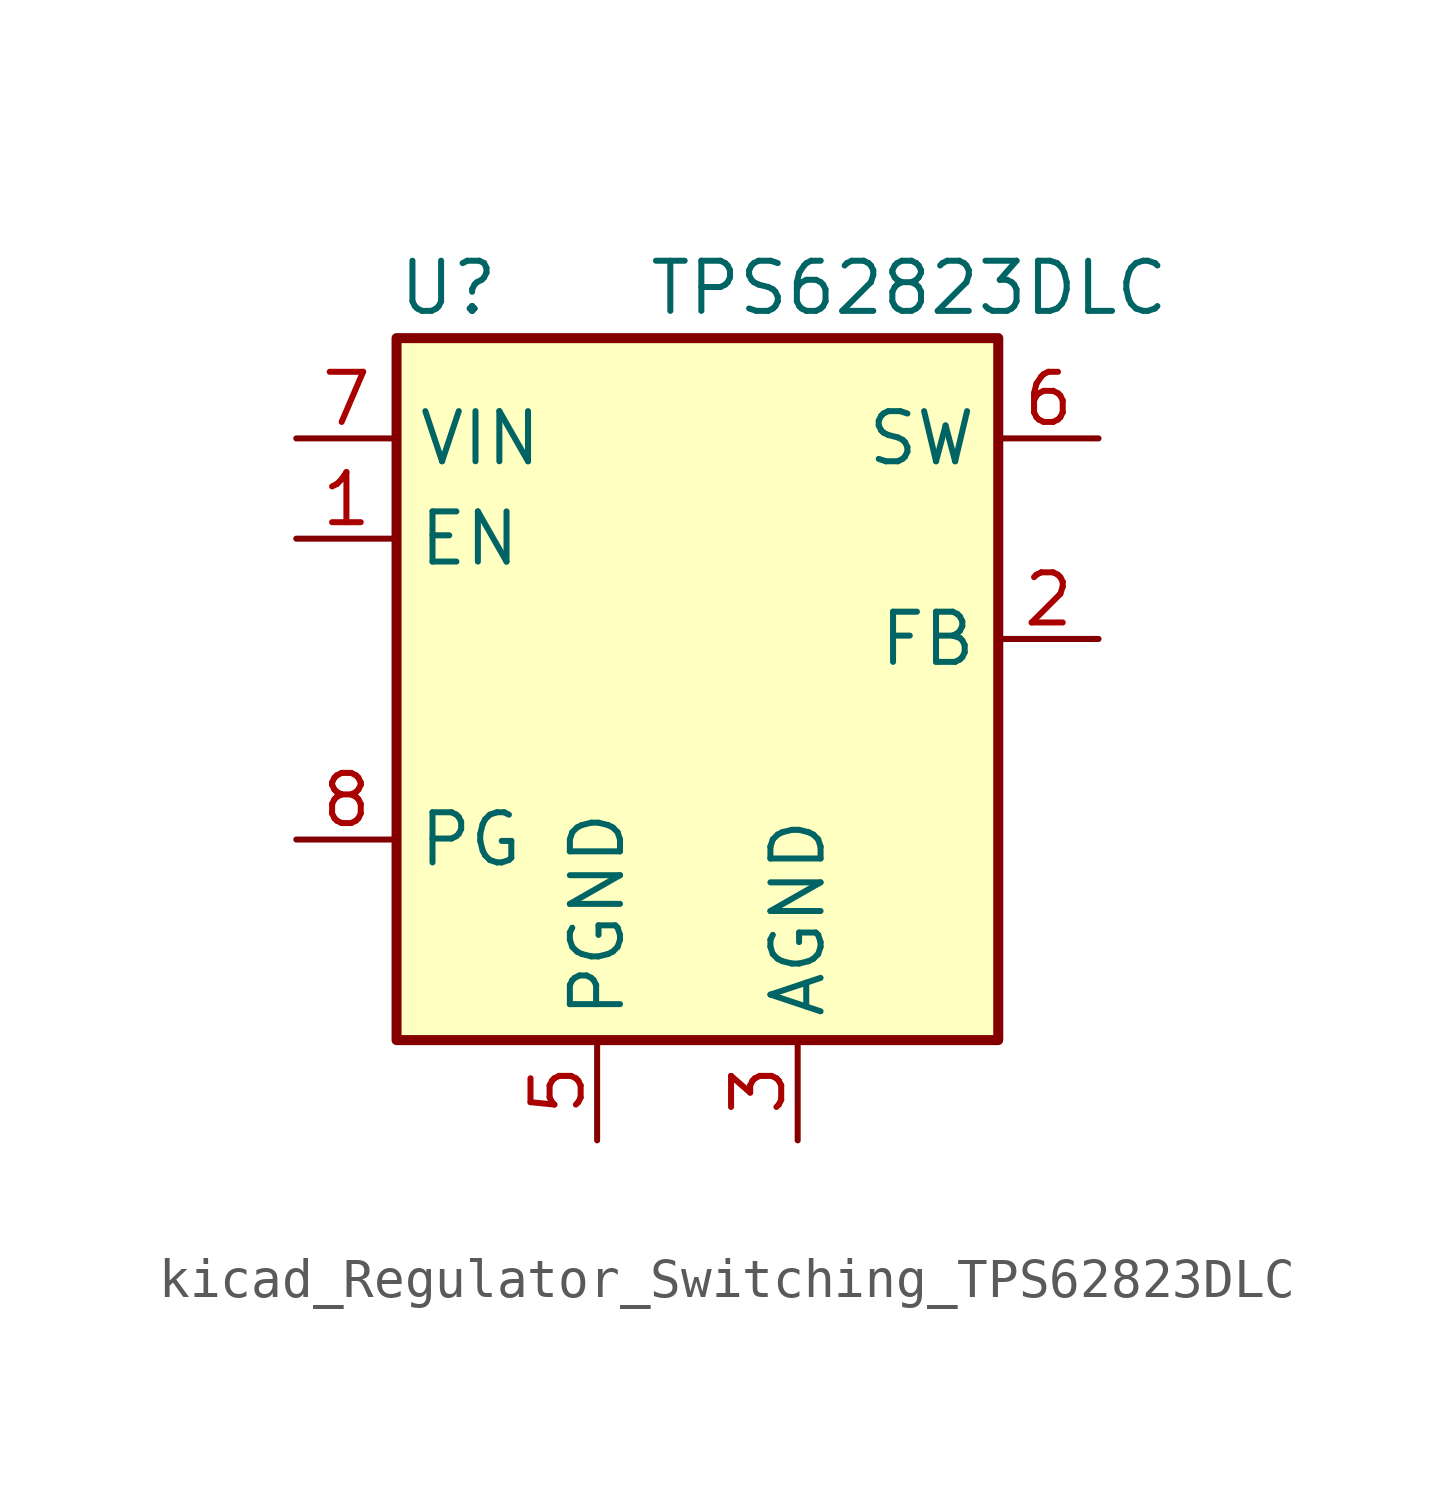
<source format=kicad_sym>
(kicad_symbol_lib
  (version 20220914)
  (generator kicad_symbol_editor)
  (symbol "kicad_Regulator_Switching_TPS62823DLC"
    (property "Reference" "U"
      (at -7.62 11.43 0)
      (effects (font (size 1.27 1.27)) (justify left)))
    (property "Value" "TPS62823DLC"
      (at -1.27 11.43 0)
      (effects (font (size 1.27 1.27)) (justify left)))
    (symbol "kicad_Regulator_Switching_TPS62823DLC_0_1"
      (rectangle (start -7.62 10.16) (end 7.62 -7.62) (stroke (width 0.254) (type default)) (fill (type background))))
    (symbol "kicad_Regulator_Switching_TPS62823DLC_1_1"
      (pin input line (at -10.16 5.08 0) (length 2.54) (name "EN" (effects (font (size 1.27 1.27)))) (number "1" (effects (font (size 1.27 1.27)))))
      (pin input line (at 10.16 2.54 180) (length 2.54) (name "FB" (effects (font (size 1.27 1.27)))) (number "2" (effects (font (size 1.27 1.27)))))
      (pin power_in line (at 2.54 -10.16 90) (length 2.54) (name "AGND" (effects (font (size 1.27 1.27)))) (number "3" (effects (font (size 1.27 1.27)))))
      (pin no_connect line (at 7.62 5.08 180) (length 2.54) hide (name "NC" (effects (font (size 1.27 1.27)))) (number "4" (effects (font (size 1.27 1.27)))))
      (pin power_in line (at -2.54 -10.16 90) (length 2.54) (name "PGND" (effects (font (size 1.27 1.27)))) (number "5" (effects (font (size 1.27 1.27)))))
      (pin power_out line (at 10.16 7.62 180) (length 2.54) (name "SW" (effects (font (size 1.27 1.27)))) (number "6" (effects (font (size 1.27 1.27)))))
      (pin power_in line (at -10.16 7.62 0) (length 2.54) (name "VIN" (effects (font (size 1.27 1.27)))) (number "7" (effects (font (size 1.27 1.27)))))
      (pin open_collector line (at -10.16 -2.54 0) (length 2.54) (name "PG" (effects (font (size 1.27 1.27)))) (number "8" (effects (font (size 1.27 1.27))))))))
</source>
